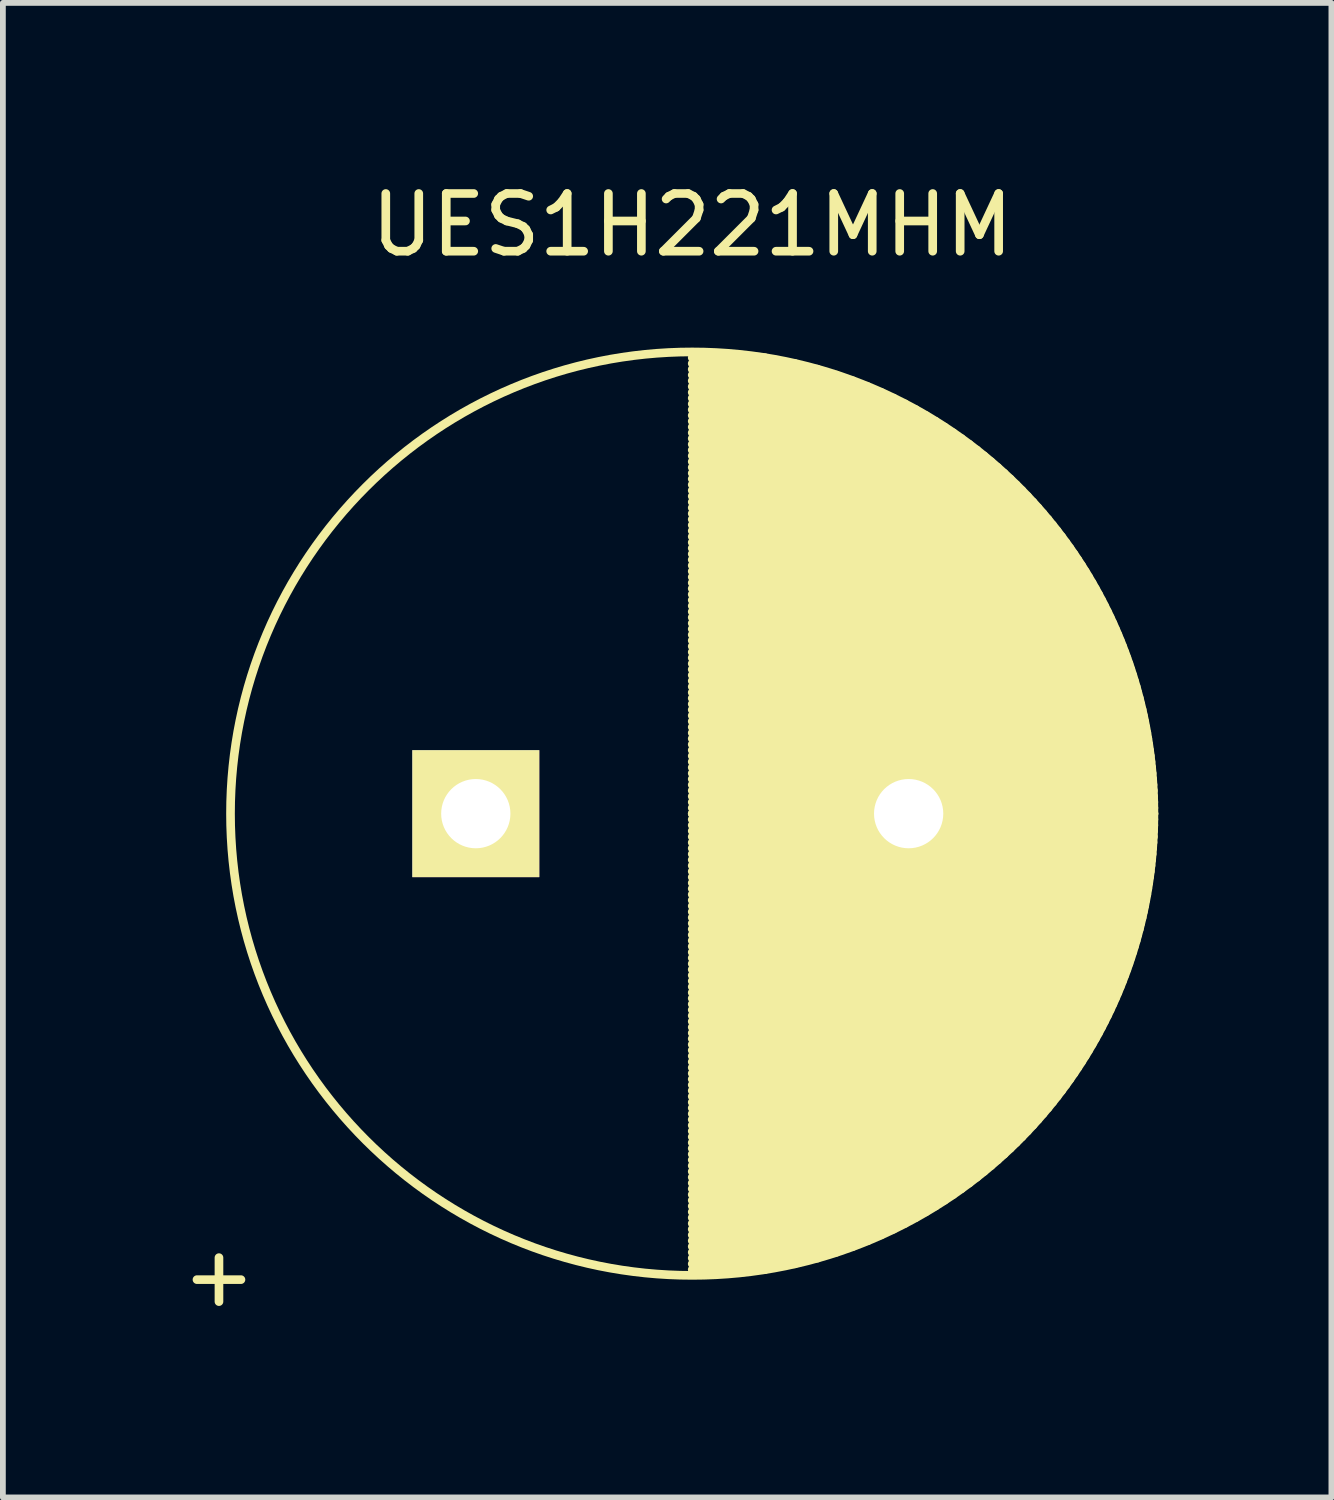
<source format=kicad_pcb>
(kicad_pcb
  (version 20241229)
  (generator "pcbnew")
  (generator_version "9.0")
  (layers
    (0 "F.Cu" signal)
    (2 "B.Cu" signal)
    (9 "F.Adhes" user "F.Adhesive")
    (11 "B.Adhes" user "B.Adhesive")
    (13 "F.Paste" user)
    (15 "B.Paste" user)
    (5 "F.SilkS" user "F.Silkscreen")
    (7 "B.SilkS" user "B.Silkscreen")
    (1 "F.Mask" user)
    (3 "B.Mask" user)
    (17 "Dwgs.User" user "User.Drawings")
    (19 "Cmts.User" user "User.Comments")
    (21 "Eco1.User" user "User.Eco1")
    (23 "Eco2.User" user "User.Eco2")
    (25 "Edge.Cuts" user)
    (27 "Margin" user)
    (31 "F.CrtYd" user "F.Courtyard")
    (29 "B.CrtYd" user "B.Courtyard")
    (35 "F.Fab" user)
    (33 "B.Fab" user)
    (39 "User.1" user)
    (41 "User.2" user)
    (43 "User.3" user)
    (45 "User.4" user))
  (footprint "UES1H221MHM"
    (layer "F.Cu")
    (at 5.194 11.048)
    (property "Reference" "UES1H221MHM" (at 3.75 -10.2 0) (layer "F.SilkS") (effects (font (size 1 1) (thickness 0.15))))
    (attr through_hole)
    (fp_line (start 3.75 -7.9) (end 5.011 -7.9) (stroke (width 0.15) (type solid)) (layer "F.SilkS"))
    (fp_line (start 3.75 -7.8) (end 5.528 -7.8) (stroke (width 0.15) (type solid)) (layer "F.SilkS"))
    (fp_line (start 3.75 -7.7) (end 5.92 -7.7) (stroke (width 0.15) (type solid)) (layer "F.SilkS"))
    (fp_line (start 3.75 -7.6) (end 6.248 -7.6) (stroke (width 0.15) (type solid)) (layer "F.SilkS"))
    (fp_line (start 3.75 -7.5) (end 6.534 -7.5) (stroke (width 0.15) (type solid)) (layer "F.SilkS"))
    (fp_line (start 3.75 -7.4) (end 6.79 -7.4) (stroke (width 0.15) (type solid)) (layer "F.SilkS"))
    (fp_line (start 3.75 -7.3) (end 7.023 -7.3) (stroke (width 0.15) (type solid)) (layer "F.SilkS"))
    (fp_line (start 3.75 -7.2) (end 7.237 -7.2) (stroke (width 0.15) (type solid)) (layer "F.SilkS"))
    (fp_line (start 3.75 -7.1) (end 7.436 -7.1) (stroke (width 0.15) (type solid)) (layer "F.SilkS"))
    (fp_line (start 3.75 -7) (end 7.623 -7) (stroke (width 0.15) (type solid)) (layer "F.SilkS"))
    (fp_line (start 3.75 -6.9) (end 7.798 -6.9) (stroke (width 0.15) (type solid)) (layer "F.SilkS"))
    (fp_line (start 3.75 -6.8) (end 7.964 -6.8) (stroke (width 0.15) (type solid)) (layer "F.SilkS"))
    (fp_line (start 3.75 -6.7) (end 8.121 -6.7) (stroke (width 0.15) (type solid)) (layer "F.SilkS"))
    (fp_line (start 3.75 -6.6) (end 8.271 -6.6) (stroke (width 0.15) (type solid)) (layer "F.SilkS"))
    (fp_line (start 3.75 -6.5) (end 8.414 -6.5) (stroke (width 0.15) (type solid)) (layer "F.SilkS"))
    (fp_line (start 3.75 -6.4) (end 8.55 -6.4) (stroke (width 0.15) (type solid)) (layer "F.SilkS"))
    (fp_line (start 3.75 -6.3) (end 8.681 -6.3) (stroke (width 0.15) (type solid)) (layer "F.SilkS"))
    (fp_line (start 3.75 -6.2) (end 8.806 -6.2) (stroke (width 0.15) (type solid)) (layer "F.SilkS"))
    (fp_line (start 3.75 -6.1) (end 8.926 -6.1) (stroke (width 0.15) (type solid)) (layer "F.SilkS"))
    (fp_line (start 3.75 -6) (end 9.042 -6) (stroke (width 0.15) (type solid)) (layer "F.SilkS"))
    (fp_line (start 3.75 -5.9) (end 9.153 -5.9) (stroke (width 0.15) (type solid)) (layer "F.SilkS"))
    (fp_line (start 3.75 -5.8) (end 9.26 -5.8) (stroke (width 0.15) (type solid)) (layer "F.SilkS"))
    (fp_line (start 3.75 -5.7) (end 9.363 -5.7) (stroke (width 0.15) (type solid)) (layer "F.SilkS"))
    (fp_line (start 3.75 -5.6) (end 9.463 -5.6) (stroke (width 0.15) (type solid)) (layer "F.SilkS"))
    (fp_line (start 3.75 -5.5) (end 9.559 -5.5) (stroke (width 0.15) (type solid)) (layer "F.SilkS"))
    (fp_line (start 3.75 -5.4) (end 9.653 -5.4) (stroke (width 0.15) (type solid)) (layer "F.SilkS"))
    (fp_line (start 3.75 -5.3) (end 9.742 -5.3) (stroke (width 0.15) (type solid)) (layer "F.SilkS"))
    (fp_line (start 3.75 -5.2) (end 9.829 -5.2) (stroke (width 0.15) (type solid)) (layer "F.SilkS"))
    (fp_line (start 3.75 -5.1) (end 9.914 -5.1) (stroke (width 0.15) (type solid)) (layer "F.SilkS"))
    (fp_line (start 3.75 -5) (end 9.995 -5) (stroke (width 0.15) (type solid)) (layer "F.SilkS"))
    (fp_line (start 3.75 -4.9) (end 10.074 -4.9) (stroke (width 0.15) (type solid)) (layer "F.SilkS"))
    (fp_line (start 3.75 -4.8) (end 10.15 -4.8) (stroke (width 0.15) (type solid)) (layer "F.SilkS"))
    (fp_line (start 3.75 -4.7) (end 10.224 -4.7) (stroke (width 0.15) (type solid)) (layer "F.SilkS"))
    (fp_line (start 3.75 -4.6) (end 10.295 -4.6) (stroke (width 0.15) (type solid)) (layer "F.SilkS"))
    (fp_line (start 3.75 -4.5) (end 10.364 -4.5) (stroke (width 0.15) (type solid)) (layer "F.SilkS"))
    (fp_line (start 3.75 -4.4) (end 10.431 -4.4) (stroke (width 0.15) (type solid)) (layer "F.SilkS"))
    (fp_line (start 3.75 -4.3) (end 10.496 -4.3) (stroke (width 0.15) (type solid)) (layer "F.SilkS"))
    (fp_line (start 3.75 -4.2) (end 10.559 -4.2) (stroke (width 0.15) (type solid)) (layer "F.SilkS"))
    (fp_line (start 3.75 -4.1) (end 10.619 -4.1) (stroke (width 0.15) (type solid)) (layer "F.SilkS"))
    (fp_line (start 3.75 -4) (end 10.678 -4) (stroke (width 0.15) (type solid)) (layer "F.SilkS"))
    (fp_line (start 3.75 -3.9) (end 10.735 -3.9) (stroke (width 0.15) (type solid)) (layer "F.SilkS"))
    (fp_line (start 3.75 -3.8) (end 10.79 -3.8) (stroke (width 0.15) (type solid)) (layer "F.SilkS"))
    (fp_line (start 3.75 -3.7) (end 10.843 -3.7) (stroke (width 0.15) (type solid)) (layer "F.SilkS"))
    (fp_line (start 3.75 -3.6) (end 10.894 -3.6) (stroke (width 0.15) (type solid)) (layer "F.SilkS"))
    (fp_line (start 3.75 -3.5) (end 10.944 -3.5) (stroke (width 0.15) (type solid)) (layer "F.SilkS"))
    (fp_line (start 3.75 -3.4) (end 10.992 -3.4) (stroke (width 0.15) (type solid)) (layer "F.SilkS"))
    (fp_line (start 3.75 -3.3) (end 11.038 -3.3) (stroke (width 0.15) (type solid)) (layer "F.SilkS"))
    (fp_line (start 3.75 -3.2) (end 11.082 -3.2) (stroke (width 0.15) (type solid)) (layer "F.SilkS"))
    (fp_line (start 3.75 -3.1) (end 11.125 -3.1) (stroke (width 0.15) (type solid)) (layer "F.SilkS"))
    (fp_line (start 3.75 -3) (end 11.166 -3) (stroke (width 0.15) (type solid)) (layer "F.SilkS"))
    (fp_line (start 3.75 -2.9) (end 11.206 -2.9) (stroke (width 0.15) (type solid)) (layer "F.SilkS"))
    (fp_line (start 3.75 -2.8) (end 11.244 -2.8) (stroke (width 0.15) (type solid)) (layer "F.SilkS"))
    (fp_line (start 3.75 -2.7) (end 11.281 -2.7) (stroke (width 0.15) (type solid)) (layer "F.SilkS"))
    (fp_line (start 3.75 -2.6) (end 11.316 -2.6) (stroke (width 0.15) (type solid)) (layer "F.SilkS"))
    (fp_line (start 3.75 -2.5) (end 11.349 -2.5) (stroke (width 0.15) (type solid)) (layer "F.SilkS"))
    (fp_line (start 3.75 -2.4) (end 11.382 -2.4) (stroke (width 0.15) (type solid)) (layer "F.SilkS"))
    (fp_line (start 3.75 -2.3) (end 11.412 -2.3) (stroke (width 0.15) (type solid)) (layer "F.SilkS"))
    (fp_line (start 3.75 -2.2) (end 11.442 -2.2) (stroke (width 0.15) (type solid)) (layer "F.SilkS"))
    (fp_line (start 3.75 -2.1) (end 11.469 -2.1) (stroke (width 0.15) (type solid)) (layer "F.SilkS"))
    (fp_line (start 3.75 -2) (end 11.496 -2) (stroke (width 0.15) (type solid)) (layer "F.SilkS"))
    (fp_line (start 3.75 -1.9) (end 11.521 -1.9) (stroke (width 0.15) (type solid)) (layer "F.SilkS"))
    (fp_line (start 3.75 -1.8) (end 11.545 -1.8) (stroke (width 0.15) (type solid)) (layer "F.SilkS"))
    (fp_line (start 3.75 -1.7) (end 11.567 -1.7) (stroke (width 0.15) (type solid)) (layer "F.SilkS"))
    (fp_line (start 3.75 -1.6) (end 11.588 -1.6) (stroke (width 0.15) (type solid)) (layer "F.SilkS"))
    (fp_line (start 3.75 -1.5) (end 11.608 -1.5) (stroke (width 0.15) (type solid)) (layer "F.SilkS"))
    (fp_line (start 3.75 -1.4) (end 11.627 -1.4) (stroke (width 0.15) (type solid)) (layer "F.SilkS"))
    (fp_line (start 3.75 -1.3) (end 11.644 -1.3) (stroke (width 0.15) (type solid)) (layer "F.SilkS"))
    (fp_line (start 3.75 -1.2) (end 11.659 -1.2) (stroke (width 0.15) (type solid)) (layer "F.SilkS"))
    (fp_line (start 3.75 -1.1) (end 11.674 -1.1) (stroke (width 0.15) (type solid)) (layer "F.SilkS"))
    (fp_line (start 3.75 -1) (end 11.687 -1) (stroke (width 0.15) (type solid)) (layer "F.SilkS"))
    (fp_line (start 3.75 -0.9) (end 11.699 -0.9) (stroke (width 0.15) (type solid)) (layer "F.SilkS"))
    (fp_line (start 3.75 -0.8) (end 11.71 -0.8) (stroke (width 0.15) (type solid)) (layer "F.SilkS"))
    (fp_line (start 3.75 -0.7) (end 11.719 -0.7) (stroke (width 0.15) (type solid)) (layer "F.SilkS"))
    (fp_line (start 3.75 -0.6) (end 11.727 -0.6) (stroke (width 0.15) (type solid)) (layer "F.SilkS"))
    (fp_line (start 3.75 -0.5) (end 11.734 -0.5) (stroke (width 0.15) (type solid)) (layer "F.SilkS"))
    (fp_line (start 3.75 -0.4) (end 11.74 -0.4) (stroke (width 0.15) (type solid)) (layer "F.SilkS"))
    (fp_line (start 3.75 -0.3) (end 11.744 -0.3) (stroke (width 0.15) (type solid)) (layer "F.SilkS"))
    (fp_line (start 3.75 -0.2) (end 11.748 -0.2) (stroke (width 0.15) (type solid)) (layer "F.SilkS"))
    (fp_line (start 3.75 -0.1) (end 11.749 -0.1) (stroke (width 0.15) (type solid)) (layer "F.SilkS"))
    (fp_line (start 3.75 0) (end 11.75 0) (stroke (width 0.15) (type solid)) (layer "F.SilkS"))
    (fp_line (start 3.75 0) (end 11.75 0) (stroke (width 0.15) (type solid)) (layer "F.SilkS"))
    (fp_line (start 3.75 0.1) (end 11.749 0.1) (stroke (width 0.15) (type solid)) (layer "F.SilkS"))
    (fp_line (start 3.75 0.2) (end 11.748 0.2) (stroke (width 0.15) (type solid)) (layer "F.SilkS"))
    (fp_line (start 3.75 0.3) (end 11.744 0.3) (stroke (width 0.15) (type solid)) (layer "F.SilkS"))
    (fp_line (start 3.75 0.4) (end 11.74 0.4) (stroke (width 0.15) (type solid)) (layer "F.SilkS"))
    (fp_line (start 3.75 0.5) (end 11.734 0.5) (stroke (width 0.15) (type solid)) (layer "F.SilkS"))
    (fp_line (start 3.75 0.6) (end 11.727 0.6) (stroke (width 0.15) (type solid)) (layer "F.SilkS"))
    (fp_line (start 3.75 0.7) (end 11.719 0.7) (stroke (width 0.15) (type solid)) (layer "F.SilkS"))
    (fp_line (start 3.75 0.8) (end 11.71 0.8) (stroke (width 0.15) (type solid)) (layer "F.SilkS"))
    (fp_line (start 3.75 0.9) (end 11.699 0.9) (stroke (width 0.15) (type solid)) (layer "F.SilkS"))
    (fp_line (start 3.75 1) (end 11.687 1) (stroke (width 0.15) (type solid)) (layer "F.SilkS"))
    (fp_line (start 3.75 1.1) (end 11.674 1.1) (stroke (width 0.15) (type solid)) (layer "F.SilkS"))
    (fp_line (start 3.75 1.2) (end 11.659 1.2) (stroke (width 0.15) (type solid)) (layer "F.SilkS"))
    (fp_line (start 3.75 1.3) (end 11.644 1.3) (stroke (width 0.15) (type solid)) (layer "F.SilkS"))
    (fp_line (start 3.75 1.4) (end 11.627 1.4) (stroke (width 0.15) (type solid)) (layer "F.SilkS"))
    (fp_line (start 3.75 1.5) (end 11.608 1.5) (stroke (width 0.15) (type solid)) (layer "F.SilkS"))
    (fp_line (start 3.75 1.6) (end 11.588 1.6) (stroke (width 0.15) (type solid)) (layer "F.SilkS"))
    (fp_line (start 3.75 1.7) (end 11.567 1.7) (stroke (width 0.15) (type solid)) (layer "F.SilkS"))
    (fp_line (start 3.75 1.8) (end 11.545 1.8) (stroke (width 0.15) (type solid)) (layer "F.SilkS"))
    (fp_line (start 3.75 1.9) (end 11.521 1.9) (stroke (width 0.15) (type solid)) (layer "F.SilkS"))
    (fp_line (start 3.75 2) (end 11.496 2) (stroke (width 0.15) (type solid)) (layer "F.SilkS"))
    (fp_line (start 3.75 2.1) (end 11.469 2.1) (stroke (width 0.15) (type solid)) (layer "F.SilkS"))
    (fp_line (start 3.75 2.2) (end 11.442 2.2) (stroke (width 0.15) (type solid)) (layer "F.SilkS"))
    (fp_line (start 3.75 2.3) (end 11.412 2.3) (stroke (width 0.15) (type solid)) (layer "F.SilkS"))
    (fp_line (start 3.75 2.4) (end 11.382 2.4) (stroke (width 0.15) (type solid)) (layer "F.SilkS"))
    (fp_line (start 3.75 2.5) (end 11.349 2.5) (stroke (width 0.15) (type solid)) (layer "F.SilkS"))
    (fp_line (start 3.75 2.6) (end 11.316 2.6) (stroke (width 0.15) (type solid)) (layer "F.SilkS"))
    (fp_line (start 3.75 2.7) (end 11.281 2.7) (stroke (width 0.15) (type solid)) (layer "F.SilkS"))
    (fp_line (start 3.75 2.8) (end 11.244 2.8) (stroke (width 0.15) (type solid)) (layer "F.SilkS"))
    (fp_line (start 3.75 2.9) (end 11.206 2.9) (stroke (width 0.15) (type solid)) (layer "F.SilkS"))
    (fp_line (start 3.75 3) (end 11.166 3) (stroke (width 0.15) (type solid)) (layer "F.SilkS"))
    (fp_line (start 3.75 3.1) (end 11.125 3.1) (stroke (width 0.15) (type solid)) (layer "F.SilkS"))
    (fp_line (start 3.75 3.2) (end 11.082 3.2) (stroke (width 0.15) (type solid)) (layer "F.SilkS"))
    (fp_line (start 3.75 3.3) (end 11.038 3.3) (stroke (width 0.15) (type solid)) (layer "F.SilkS"))
    (fp_line (start 3.75 3.4) (end 10.992 3.4) (stroke (width 0.15) (type solid)) (layer "F.SilkS"))
    (fp_line (start 3.75 3.5) (end 10.944 3.5) (stroke (width 0.15) (type solid)) (layer "F.SilkS"))
    (fp_line (start 3.75 3.6) (end 10.894 3.6) (stroke (width 0.15) (type solid)) (layer "F.SilkS"))
    (fp_line (start 3.75 3.7) (end 10.843 3.7) (stroke (width 0.15) (type solid)) (layer "F.SilkS"))
    (fp_line (start 3.75 3.8) (end 10.79 3.8) (stroke (width 0.15) (type solid)) (layer "F.SilkS"))
    (fp_line (start 3.75 3.9) (end 10.735 3.9) (stroke (width 0.15) (type solid)) (layer "F.SilkS"))
    (fp_line (start 3.75 4) (end 10.678 4) (stroke (width 0.15) (type solid)) (layer "F.SilkS"))
    (fp_line (start 3.75 4.1) (end 10.619 4.1) (stroke (width 0.15) (type solid)) (layer "F.SilkS"))
    (fp_line (start 3.75 4.2) (end 10.559 4.2) (stroke (width 0.15) (type solid)) (layer "F.SilkS"))
    (fp_line (start 3.75 4.3) (end 10.496 4.3) (stroke (width 0.15) (type solid)) (layer "F.SilkS"))
    (fp_line (start 3.75 4.4) (end 10.431 4.4) (stroke (width 0.15) (type solid)) (layer "F.SilkS"))
    (fp_line (start 3.75 4.5) (end 10.364 4.5) (stroke (width 0.15) (type solid)) (layer "F.SilkS"))
    (fp_line (start 3.75 4.6) (end 10.295 4.6) (stroke (width 0.15) (type solid)) (layer "F.SilkS"))
    (fp_line (start 3.75 4.7) (end 10.224 4.7) (stroke (width 0.15) (type solid)) (layer "F.SilkS"))
    (fp_line (start 3.75 4.8) (end 10.15 4.8) (stroke (width 0.15) (type solid)) (layer "F.SilkS"))
    (fp_line (start 3.75 4.9) (end 10.074 4.9) (stroke (width 0.15) (type solid)) (layer "F.SilkS"))
    (fp_line (start 3.75 5) (end 9.995 5) (stroke (width 0.15) (type solid)) (layer "F.SilkS"))
    (fp_line (start 3.75 5.1) (end 9.914 5.1) (stroke (width 0.15) (type solid)) (layer "F.SilkS"))
    (fp_line (start 3.75 5.2) (end 9.829 5.2) (stroke (width 0.15) (type solid)) (layer "F.SilkS"))
    (fp_line (start 3.75 5.3) (end 9.742 5.3) (stroke (width 0.15) (type solid)) (layer "F.SilkS"))
    (fp_line (start 3.75 5.4) (end 9.653 5.4) (stroke (width 0.15) (type solid)) (layer "F.SilkS"))
    (fp_line (start 3.75 5.5) (end 9.559 5.5) (stroke (width 0.15) (type solid)) (layer "F.SilkS"))
    (fp_line (start 3.75 5.6) (end 9.463 5.6) (stroke (width 0.15) (type solid)) (layer "F.SilkS"))
    (fp_line (start 3.75 5.7) (end 9.363 5.7) (stroke (width 0.15) (type solid)) (layer "F.SilkS"))
    (fp_line (start 3.75 5.8) (end 9.26 5.8) (stroke (width 0.15) (type solid)) (layer "F.SilkS"))
    (fp_line (start 3.75 5.9) (end 9.153 5.9) (stroke (width 0.15) (type solid)) (layer "F.SilkS"))
    (fp_line (start 3.75 6) (end 9.042 6) (stroke (width 0.15) (type solid)) (layer "F.SilkS"))
    (fp_line (start 3.75 6.1) (end 8.926 6.1) (stroke (width 0.15) (type solid)) (layer "F.SilkS"))
    (fp_line (start 3.75 6.2) (end 8.806 6.2) (stroke (width 0.15) (type solid)) (layer "F.SilkS"))
    (fp_line (start 3.75 6.3) (end 8.681 6.3) (stroke (width 0.15) (type solid)) (layer "F.SilkS"))
    (fp_line (start 3.75 6.4) (end 8.55 6.4) (stroke (width 0.15) (type solid)) (layer "F.SilkS"))
    (fp_line (start 3.75 6.5) (end 8.414 6.5) (stroke (width 0.15) (type solid)) (layer "F.SilkS"))
    (fp_line (start 3.75 6.6) (end 8.271 6.6) (stroke (width 0.15) (type solid)) (layer "F.SilkS"))
    (fp_line (start 3.75 6.7) (end 8.121 6.7) (stroke (width 0.15) (type solid)) (layer "F.SilkS"))
    (fp_line (start 3.75 6.8) (end 7.964 6.8) (stroke (width 0.15) (type solid)) (layer "F.SilkS"))
    (fp_line (start 3.75 6.9) (end 7.798 6.9) (stroke (width 0.15) (type solid)) (layer "F.SilkS"))
    (fp_line (start 3.75 7) (end 7.623 7) (stroke (width 0.15) (type solid)) (layer "F.SilkS"))
    (fp_line (start 3.75 7.1) (end 7.436 7.1) (stroke (width 0.15) (type solid)) (layer "F.SilkS"))
    (fp_line (start 3.75 7.2) (end 7.237 7.2) (stroke (width 0.15) (type solid)) (layer "F.SilkS"))
    (fp_line (start 3.75 7.3) (end 7.023 7.3) (stroke (width 0.15) (type solid)) (layer "F.SilkS"))
    (fp_line (start 3.75 7.4) (end 6.79 7.4) (stroke (width 0.15) (type solid)) (layer "F.SilkS"))
    (fp_line (start 3.75 7.5) (end 6.534 7.5) (stroke (width 0.15) (type solid)) (layer "F.SilkS"))
    (fp_line (start 3.75 7.6) (end 6.248 7.6) (stroke (width 0.15) (type solid)) (layer "F.SilkS"))
    (fp_line (start 3.75 7.7) (end 5.92 7.7) (stroke (width 0.15) (type solid)) (layer "F.SilkS"))
    (fp_line (start 3.75 7.8) (end 5.528 7.8) (stroke (width 0.15) (type solid)) (layer "F.SilkS"))
    (fp_line (start 3.75 7.9) (end 5.011 7.9) (stroke (width 0.15) (type solid)) (layer "F.SilkS"))
    (fp_circle (center 3.75 0) (end 3.75 -8) (stroke (width 0.15) (type solid)) (fill no) (layer "F.SilkS"))
    (fp_text user "+" (at -4.45 8 0) (layer "F.SilkS") (effects (font (size 1 1) (thickness 0.15))))
    (pad "1" thru_hole rect (at 0 0) (size 2.2 2.2) (drill 1.2) (layers "*.Cu" "*.Mask" "F.SilkS"))
    (pad "2" thru_hole circle (at 7.5 0) (size 2.2 2.2) (drill 1.2) (layers "*.Cu" "*.Mask" "F.SilkS")))
  (gr_rect
    (start -3 -3)
    (end 20.019 22.896)
    (stroke (width 0.1) (type default))
    (fill no)
    (layer "Edge.Cuts")))
</source>
